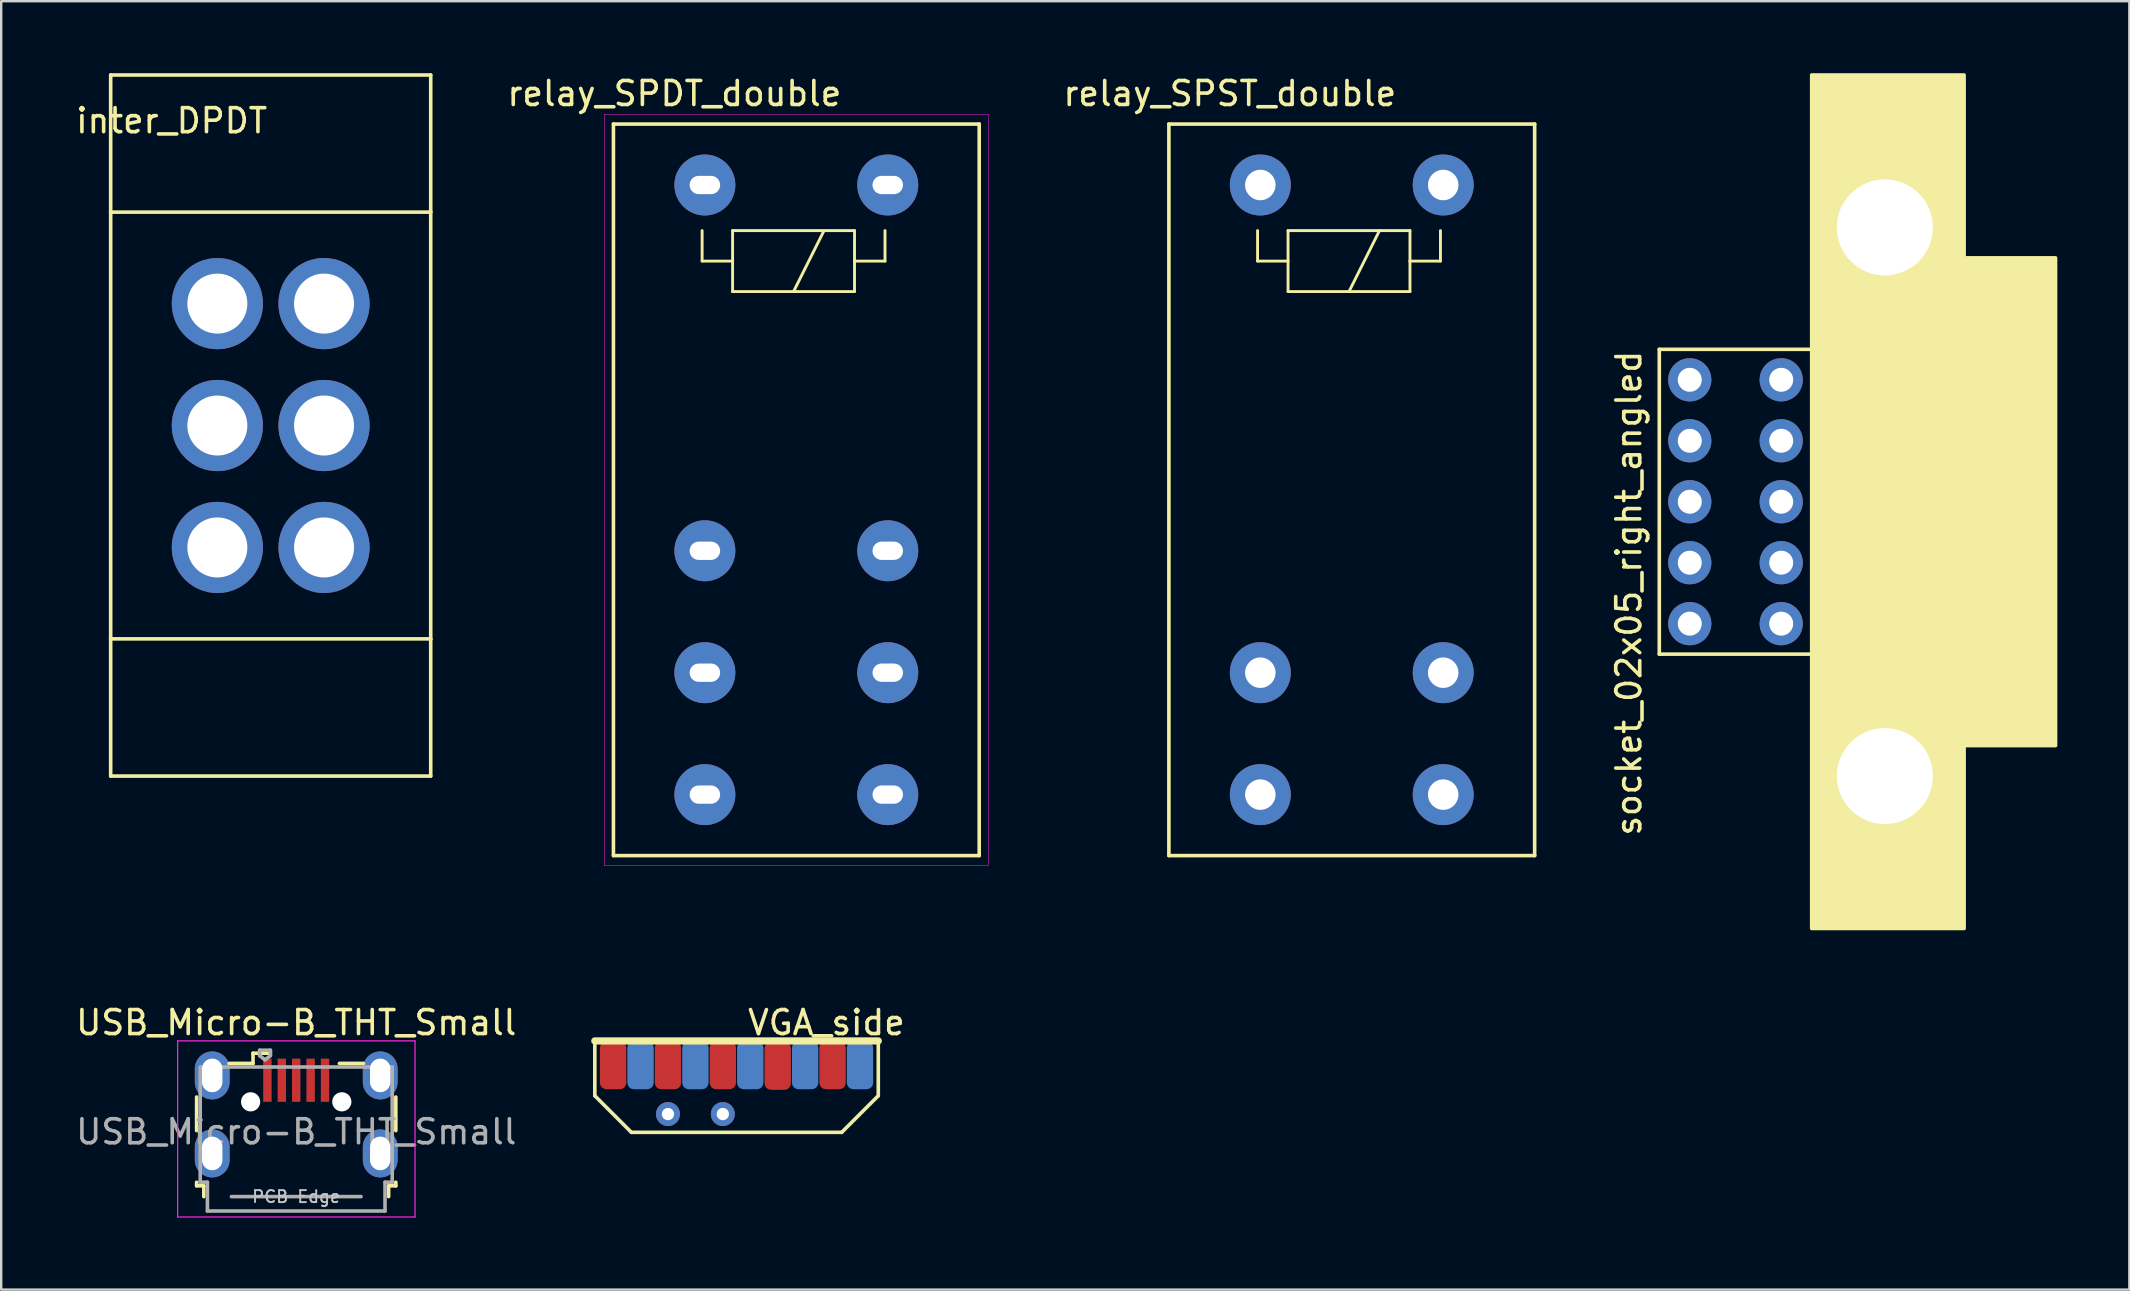
<source format=kicad_pcb>
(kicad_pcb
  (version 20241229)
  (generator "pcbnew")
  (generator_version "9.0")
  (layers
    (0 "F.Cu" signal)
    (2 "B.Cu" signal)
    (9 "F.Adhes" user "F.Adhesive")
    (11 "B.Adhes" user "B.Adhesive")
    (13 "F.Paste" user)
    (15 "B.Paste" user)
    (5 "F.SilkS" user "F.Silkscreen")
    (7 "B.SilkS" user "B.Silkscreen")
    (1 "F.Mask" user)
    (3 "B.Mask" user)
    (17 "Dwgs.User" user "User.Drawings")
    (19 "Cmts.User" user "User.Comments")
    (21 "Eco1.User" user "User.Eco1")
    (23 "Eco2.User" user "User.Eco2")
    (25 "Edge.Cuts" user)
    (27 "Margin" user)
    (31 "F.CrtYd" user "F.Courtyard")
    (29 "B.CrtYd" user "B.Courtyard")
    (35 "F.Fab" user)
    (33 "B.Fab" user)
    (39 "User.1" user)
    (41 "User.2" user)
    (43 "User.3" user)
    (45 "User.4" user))
  (footprint "relay_SPDT_double"
    (layer "F.Cu")
    (at 30.129 14.818)
    (property "Reference" "relay_SPDT_double" (at -5.08 -13.97 0) (layer "F.SilkS") (effects (font (size 1 1) (thickness 0.15))))
    (attr through_hole)
    (fp_line (start -7.62 -12.7) (end -7.62 17.78) (stroke (width 0.15) (type solid)) (layer "F.SilkS"))
    (fp_line (start -7.62 17.78) (end 7.62 17.78) (stroke (width 0.15) (type solid)) (layer "F.SilkS"))
    (fp_line (start -3.925 -6.99) (end -3.925 -8.26) (stroke (width 0.12) (type solid)) (layer "F.SilkS"))
    (fp_line (start -2.655 -8.26) (end 2.425 -8.26) (stroke (width 0.12) (type solid)) (layer "F.SilkS"))
    (fp_line (start -2.655 -6.99) (end -3.925 -6.99) (stroke (width 0.12) (type solid)) (layer "F.SilkS"))
    (fp_line (start -2.655 -5.72) (end -2.655 -8.26) (stroke (width 0.12) (type solid)) (layer "F.SilkS"))
    (fp_line (start 1.155 -8.26) (end -0.115 -5.72) (stroke (width 0.12) (type solid)) (layer "F.SilkS"))
    (fp_line (start 2.425 -8.26) (end 2.425 -6.99) (stroke (width 0.12) (type solid)) (layer "F.SilkS"))
    (fp_line (start 2.425 -6.99) (end 2.425 -5.72) (stroke (width 0.12) (type solid)) (layer "F.SilkS"))
    (fp_line (start 2.425 -5.72) (end -2.655 -5.72) (stroke (width 0.12) (type solid)) (layer "F.SilkS"))
    (fp_line (start 3.695 -8.26) (end 3.695 -6.99) (stroke (width 0.12) (type solid)) (layer "F.SilkS"))
    (fp_line (start 3.695 -6.99) (end 2.425 -6.99) (stroke (width 0.12) (type solid)) (layer "F.SilkS"))
    (fp_line (start 7.62 -12.7) (end -7.62 -12.7) (stroke (width 0.15) (type solid)) (layer "F.SilkS"))
    (fp_line (start 7.62 17.78) (end 7.62 -12.7) (stroke (width 0.15) (type solid)) (layer "F.SilkS"))
    (fp_line (start -8 -13.1) (end 8 -13.1) (stroke (width 0.02) (type default)) (layer "F.CrtYd"))
    (fp_line (start -8 18.2) (end -8 -13.1) (stroke (width 0.02) (type default)) (layer "F.CrtYd"))
    (fp_line (start 8 -13.1) (end 8 18.2) (stroke (width 0.02) (type default)) (layer "F.CrtYd"))
    (fp_line (start 8 18.2) (end -8 18.2) (stroke (width 0.02) (type default)) (layer "F.CrtYd"))
    (pad "A1" thru_hole circle (at -3.81 -10.16) (size 2.54 2.54) (drill oval 1.27 0.762) (layers "*.Cu" "*.Mask"))
    (pad "A2" thru_hole circle (at 3.81 -10.16) (size 2.54 2.54) (drill oval 1.27 0.762) (layers "*.Cu" "*.Mask"))
    (pad "C" thru_hole circle (at -3.81 10.16) (size 2.54 2.54) (drill oval 1.27 0.762) (layers "*.Cu" "*.Mask"))
    (pad "C" thru_hole circle (at 3.81 10.16) (size 2.54 2.54) (drill oval 1.27 0.762) (layers "*.Cu" "*.Mask"))
    (pad "NC" thru_hole circle (at -3.81 5.08) (size 2.54 2.54) (drill oval 1.27 0.762) (layers "*.Cu" "*.Mask"))
    (pad "NC" thru_hole circle (at 3.81 5.08) (size 2.54 2.54) (drill oval 1.27 0.762) (layers "*.Cu" "*.Mask"))
    (pad "NO" thru_hole circle (at -3.81 15.24) (size 2.54 2.54) (drill oval 1.27 0.762) (layers "*.Cu" "*.Mask"))
    (pad "NO" thru_hole circle (at 3.81 15.24) (size 2.54 2.54) (drill oval 1.27 0.762) (layers "*.Cu" "*.Mask")))
  (footprint "USB_Micro-B_THT_Small"
    (layer "F.Cu")
    (at 9.292 43.658)
    (property "Reference" "USB_Micro-B_THT_Small" (at 0 -4.1 0) (layer "F.SilkS") (effects (font (size 1 1) (thickness 0.15))))
    (attr smd)
    (fp_line (start -4.15 -1) (end -4.15 0.4) (stroke (width 0.15) (type solid)) (layer "F.SilkS"))
    (fp_line (start -4.15 2.55) (end -4.15 2.7) (stroke (width 0.15) (type solid)) (layer "F.SilkS"))
    (fp_line (start -4.15 2.7) (end -3.85 2.7) (stroke (width 0.15) (type solid)) (layer "F.SilkS"))
    (fp_line (start -3.85 2.7) (end -3.85 3.15) (stroke (width 0.15) (type solid)) (layer "F.SilkS"))
    (fp_line (start -1.8 -2.825) (end -1.8 -2.4) (stroke (width 0.15) (type solid)) (layer "F.SilkS"))
    (fp_line (start -1.8 -2.4) (end -2.8 -2.4) (stroke (width 0.15) (type solid)) (layer "F.SilkS"))
    (fp_line (start -1.075 -2.825) (end -1.8 -2.825) (stroke (width 0.15) (type solid)) (layer "F.SilkS"))
    (fp_line (start 1.8 -2.4) (end 2.8 -2.4) (stroke (width 0.15) (type solid)) (layer "F.SilkS"))
    (fp_line (start 3.85 2.7) (end 4.15 2.7) (stroke (width 0.15) (type solid)) (layer "F.SilkS"))
    (fp_line (start 3.85 3.15) (end 3.85 2.7) (stroke (width 0.15) (type solid)) (layer "F.SilkS"))
    (fp_line (start 4.15 0.4) (end 4.15 -1) (stroke (width 0.15) (type solid)) (layer "F.SilkS"))
    (fp_line (start 4.15 2.7) (end 4.15 2.55) (stroke (width 0.15) (type solid)) (layer "F.SilkS"))
    (fp_line (start -4.94 -3.34) (end -4.94 4) (stroke (width 0.05) (type solid)) (layer "F.CrtYd"))
    (fp_line (start -4.94 4) (end 4.95 4) (stroke (width 0.05) (type solid)) (layer "F.CrtYd"))
    (fp_line (start 4.95 -3.34) (end -4.94 -3.34) (stroke (width 0.05) (type solid)) (layer "F.CrtYd"))
    (fp_line (start 4.95 4) (end 4.95 -3.34) (stroke (width 0.05) (type solid)) (layer "F.CrtYd"))
    (fp_line (start -4 -2.2) (end -4 2.55) (stroke (width 0.15) (type solid)) (layer "F.Fab"))
    (fp_line (start -4 2.55) (end -3.7 2.55) (stroke (width 0.15) (type solid)) (layer "F.Fab"))
    (fp_line (start -3.7 2.55) (end -3.7 3.75) (stroke (width 0.15) (type solid)) (layer "F.Fab"))
    (fp_line (start -3.7 3.75) (end 3.7 3.75) (stroke (width 0.15) (type solid)) (layer "F.Fab"))
    (fp_line (start -2.7 3.15) (end 2.7 3.15) (stroke (width 0.15) (type solid)) (layer "F.Fab"))
    (fp_line (start -1.525 -2.95) (end -1.075 -2.95) (stroke (width 0.15) (type solid)) (layer "F.Fab"))
    (fp_line (start -1.525 -2.725) (end -1.525 -2.95) (stroke (width 0.15) (type solid)) (layer "F.Fab"))
    (fp_line (start -1.3 -2.55) (end -1.525 -2.725) (stroke (width 0.15) (type solid)) (layer "F.Fab"))
    (fp_line (start -1.075 -2.95) (end -1.075 -2.725) (stroke (width 0.15) (type solid)) (layer "F.Fab"))
    (fp_line (start -1.075 -2.725) (end -1.3 -2.55) (stroke (width 0.15) (type solid)) (layer "F.Fab"))
    (fp_line (start 3.7 2.55) (end 4 2.55) (stroke (width 0.15) (type solid)) (layer "F.Fab"))
    (fp_line (start 3.7 3.75) (end 3.7 2.55) (stroke (width 0.15) (type solid)) (layer "F.Fab"))
    (fp_line (start 4 -2.25) (end -4 -2.25) (stroke (width 0.15) (type solid)) (layer "F.Fab"))
    (fp_line (start 4 2.55) (end 4 -2.25) (stroke (width 0.15) (type solid)) (layer "F.Fab"))
    (fp_text user "PCB Edge" (at 0 3.15 0) (layer "Dwgs.User") (effects (font (size 0.5 0.5) (thickness 0.08))))
    (fp_text user "${REFERENCE}" (at 0 0.45 0) (layer "F.Fab") (effects (font (size 1 1) (thickness 0.15))))
    (pad "" np_thru_hole oval (at -1.9 -0.8) (size 0.8 0.8) (drill 0.8) (layers "*.Cu" "*.Mask"))
    (pad "" np_thru_hole oval (at 1.9 -0.8) (size 0.8 0.8) (drill 0.8) (layers "*.Cu" "*.Mask"))
    (pad "1" smd rect (at -1.2 -1.7) (size 0.35 1.8) (layers "F.Cu" "F.Mask" "F.Paste"))
    (pad "2" smd rect (at -0.6 -1.7) (size 0.35 1.8) (layers "F.Cu" "F.Mask" "F.Paste"))
    (pad "3" smd rect (at 0 -1.7) (size 0.35 1.8) (layers "F.Cu" "F.Mask" "F.Paste"))
    (pad "4" smd rect (at 0.6 -1.7) (size 0.35 1.8) (layers "F.Cu" "F.Mask" "F.Paste"))
    (pad "5" smd rect (at 1.2 -1.7) (size 0.35 1.8) (layers "F.Cu" "F.Mask" "F.Paste"))
    (pad "6" thru_hole oval (at -3.5 -1.9) (size 1.45 2) (drill oval 0.85 1.4) (layers "*.Cu" "*.Mask"))
    (pad "6" thru_hole oval (at -3.5 1.35) (size 1.45 2) (drill oval 0.85 1.4) (layers "*.Cu" "*.Mask"))
    (pad "6" thru_hole oval (at 3.5 -1.9) (size 1.45 2) (drill oval 0.85 1.4) (layers "*.Cu" "*.Mask"))
    (pad "6" thru_hole oval (at 3.5 1.35) (size 1.45 2) (drill oval 0.85 1.4) (layers "*.Cu" "*.Mask")))
  (footprint "VGA_side"
    (layer "F.Cu")
    (at 31.639 41.336)
    (property "Reference" "VGA_side" (at -0.254 -1.778 0) (layer "F.SilkS") (effects (font (size 1 1) (thickness 0.15))))
    (attr through_hole)
    (fp_line (start -9.906 -1.016) (end -9.906 1.27) (stroke (width 0.15) (type solid)) (layer "F.SilkS"))
    (fp_line (start -9.906 -1.016) (end 1.905 -1.016) (stroke (width 0.3) (type solid)) (layer "F.SilkS"))
    (fp_line (start -9.906 1.27) (end -8.382 2.794) (stroke (width 0.15) (type solid)) (layer "F.SilkS"))
    (fp_line (start -8.382 2.794) (end 0.381 2.794) (stroke (width 0.15) (type solid)) (layer "F.SilkS"))
    (fp_line (start 1.905 -1.016) (end 1.905 1.27) (stroke (width 0.15) (type solid)) (layer "F.SilkS"))
    (fp_line (start 1.905 1.27) (end 0.381 2.794) (stroke (width 0.15) (type solid)) (layer "F.SilkS"))
    (pad "B" smd roundrect (at -4.572 0) (size 1.1 2) (layers "F.Cu" "F.Mask" "F.Paste") (roundrect_rratio 0.25))
    (pad "G" smd roundrect (at -2.286 0.025) (size 1.1 2) (layers "F.Cu" "F.Mask" "F.Paste") (roundrect_rratio 0.25))
    (pad "GND" smd roundrect (at -9.144 0) (size 1.1 2) (layers "F.Cu" "F.Mask" "F.Paste") (roundrect_rratio 0.25))
    (pad "GND" smd roundrect (at -8.001 0) (size 1.1 2) (layers "B.Cu" "B.Mask" "B.Paste") (roundrect_rratio 0.25))
    (pad "GND" smd roundrect (at -3.429 0) (size 1.1 2) (layers "B.Cu" "B.Mask" "B.Paste") (roundrect_rratio 0.25))
    (pad "GND" smd roundrect (at -1.143 0) (size 1.1 2) (layers "B.Cu" "B.Mask" "B.Paste") (roundrect_rratio 0.25))
    (pad "GND" smd roundrect (at 1.143 0) (size 1.1 2) (layers "B.Cu" "B.Mask" "B.Paste") (roundrect_rratio 0.25))
    (pad "HS" thru_hole circle (at -4.572 2.032) (size 1 1) (drill 0.512) (layers "*.Cu" "*.Mask"))
    (pad "R" smd roundrect (at 0 0) (size 1.1 2) (layers "F.Cu" "F.Mask" "F.Paste") (roundrect_rratio 0.25))
    (pad "VS" thru_hole circle (at -6.858 2.032) (size 1 1) (drill 0.512) (layers "*.Cu" "*.Mask"))
    (pad "~" smd roundrect (at -6.858 0) (size 1.1 2) (layers "F.Cu" "F.Mask" "F.Paste") (roundrect_rratio 0.25))
    (pad "~" smd roundrect (at -5.715 0) (size 1.1 2) (layers "B.Cu" "B.Mask" "B.Paste") (roundrect_rratio 0.25)))
  (footprint "relay_SPST_double"
    (layer "F.Cu")
    (at 53.272 14.818)
    (property "Reference" "relay_SPST_double" (at -5.08 -13.97 0) (layer "F.SilkS") (effects (font (size 1 1) (thickness 0.15))))
    (attr through_hole)
    (fp_line (start -7.62 -12.7) (end -7.62 17.78) (stroke (width 0.15) (type solid)) (layer "F.SilkS"))
    (fp_line (start -7.62 17.78) (end 7.62 17.78) (stroke (width 0.15) (type solid)) (layer "F.SilkS"))
    (fp_line (start -3.925 -6.99) (end -3.925 -8.26) (stroke (width 0.12) (type solid)) (layer "F.SilkS"))
    (fp_line (start -2.655 -8.26) (end 2.425 -8.26) (stroke (width 0.12) (type solid)) (layer "F.SilkS"))
    (fp_line (start -2.655 -6.99) (end -3.925 -6.99) (stroke (width 0.12) (type solid)) (layer "F.SilkS"))
    (fp_line (start -2.655 -5.72) (end -2.655 -8.26) (stroke (width 0.12) (type solid)) (layer "F.SilkS"))
    (fp_line (start 1.155 -8.26) (end -0.115 -5.72) (stroke (width 0.12) (type solid)) (layer "F.SilkS"))
    (fp_line (start 2.425 -8.26) (end 2.425 -6.99) (stroke (width 0.12) (type solid)) (layer "F.SilkS"))
    (fp_line (start 2.425 -6.99) (end 2.425 -5.72) (stroke (width 0.12) (type solid)) (layer "F.SilkS"))
    (fp_line (start 2.425 -5.72) (end -2.655 -5.72) (stroke (width 0.12) (type solid)) (layer "F.SilkS"))
    (fp_line (start 3.695 -8.26) (end 3.695 -6.99) (stroke (width 0.12) (type solid)) (layer "F.SilkS"))
    (fp_line (start 3.695 -6.99) (end 2.425 -6.99) (stroke (width 0.12) (type solid)) (layer "F.SilkS"))
    (fp_line (start 7.62 -12.7) (end -7.62 -12.7) (stroke (width 0.15) (type solid)) (layer "F.SilkS"))
    (fp_line (start 7.62 17.78) (end 7.62 -12.7) (stroke (width 0.15) (type solid)) (layer "F.SilkS"))
    (pad "A1" thru_hole circle (at -3.81 -10.16) (size 2.54 2.54) (drill 1.27) (layers "*.Cu" "*.Mask"))
    (pad "A2" thru_hole circle (at 3.81 -10.16) (size 2.54 2.54) (drill 1.27) (layers "*.Cu" "*.Mask"))
    (pad "C" thru_hole circle (at -3.81 10.16) (size 2.54 2.54) (drill 1.27) (layers "*.Cu" "*.Mask"))
    (pad "C" thru_hole circle (at 3.81 10.16) (size 2.54 2.54) (drill 1.27) (layers "*.Cu" "*.Mask"))
    (pad "NO" thru_hole circle (at -3.81 15.24) (size 2.54 2.54) (drill 1.27) (layers "*.Cu" "*.Mask"))
    (pad "NO" thru_hole circle (at 3.81 15.24) (size 2.54 2.54) (drill 1.27) (layers "*.Cu" "*.Mask")))
  (footprint "inter_DPDT"
    (layer "F.Cu")
    (at 8.546 5.79)
    (property "Reference" "inter_DPDT" (at -4.445 -3.81 0) (layer "F.SilkS") (effects (font (size 1 1) (thickness 0.15))))
    (attr through_hole)
    (fp_line (start -6.985 -5.715) (end 6.35 -5.715) (stroke (width 0.15) (type solid)) (layer "F.SilkS"))
    (fp_line (start -6.985 0) (end -6.985 -5.715) (stroke (width 0.15) (type solid)) (layer "F.SilkS"))
    (fp_line (start -6.985 0) (end 6.35 0) (stroke (width 0.15) (type solid)) (layer "F.SilkS"))
    (fp_line (start -6.985 17.78) (end -6.985 0) (stroke (width 0.15) (type solid)) (layer "F.SilkS"))
    (fp_line (start -6.985 23.495) (end -6.985 17.78) (stroke (width 0.15) (type solid)) (layer "F.SilkS"))
    (fp_line (start -6.985 23.495) (end 6.35 23.495) (stroke (width 0.15) (type solid)) (layer "F.SilkS"))
    (fp_line (start 6.35 -5.715) (end 6.35 0) (stroke (width 0.15) (type solid)) (layer "F.SilkS"))
    (fp_line (start 6.35 0) (end 6.35 17.78) (stroke (width 0.15) (type solid)) (layer "F.SilkS"))
    (fp_line (start 6.35 17.78) (end -6.985 17.78) (stroke (width 0.15) (type solid)) (layer "F.SilkS"))
    (fp_line (start 6.35 17.78) (end 6.35 23.495) (stroke (width 0.15) (type solid)) (layer "F.SilkS"))
    (pad "1" thru_hole circle (at -2.54 3.81 90) (size 3.8 3.8) (drill 2.5) (layers "*.Cu" "*.Mask"))
    (pad "2" thru_hole circle (at -2.54 8.89 90) (size 3.8 3.8) (drill 2.5) (layers "*.Cu" "*.Mask"))
    (pad "3" thru_hole circle (at -2.54 13.97 90) (size 3.8 3.8) (drill 2.5) (layers "*.Cu" "*.Mask"))
    (pad "4" thru_hole circle (at 1.905 13.97 90) (size 3.8 3.8) (drill 2.5) (layers "*.Cu" "*.Mask"))
    (pad "5" thru_hole circle (at 1.905 8.89 90) (size 3.8 3.8) (drill 2.5) (layers "*.Cu" "*.Mask"))
    (pad "6" thru_hole circle (at 1.905 3.81 90) (size 3.8 3.8) (drill 2.5) (layers "*.Cu" "*.Mask")))
  (footprint "socket_02x05_right_angled"
    (layer "F.Cu")
    (at 72.435 17.855)
    (property "Reference" "socket_02x05_right_angled" (at -7.62 3.81 90) (layer "F.SilkS") (effects (font (size 1 1) (thickness 0.15))))
    (attr through_hole)
    (fp_line (start -6.35 -6.35) (end -6.35 6.35) (stroke (width 0.15) (type solid)) (layer "F.SilkS"))
    (fp_line (start -6.35 6.35) (end 0 6.35) (stroke (width 0.15) (type solid)) (layer "F.SilkS"))
    (fp_line (start 0 -6.35) (end -6.35 -6.35) (stroke (width 0.15) (type solid)) (layer "F.SilkS"))
    (fp_poly (pts (xy 0 -6.35) (xy 0 6.35) (xy 0 17.78) (xy 6.35 17.78) (xy 6.35 10.16) (xy 10.16 10.16) (xy 10.16 -10.16) (xy 6.35 -10.16) (xy 6.35 -17.78) (xy 0 -17.78) (xy 0 -6.35)) (stroke (width 0.15) (type solid)) (fill yes) (layer "F.SilkS"))
    (pad "" np_thru_hole circle (at 3.048 -11.43) (size 4 4) (drill 4) (layers "*.Cu" "*.Mask"))
    (pad "" np_thru_hole circle (at 3.048 11.43) (size 4 4) (drill 4) (layers "*.Cu" "*.Mask"))
    (pad "1a" thru_hole circle (at -1.27 -5.08) (size 1.8 1.8) (drill 1) (layers "*.Cu" "*.Mask"))
    (pad "1b" thru_hole circle (at -5.08 -5.08) (size 1.8 1.8) (drill 1) (layers "*.Cu" "*.Mask"))
    (pad "2a" thru_hole circle (at -1.27 -2.54) (size 1.8 1.8) (drill 1) (layers "*.Cu" "*.Mask"))
    (pad "2b" thru_hole circle (at -5.08 -2.54) (size 1.8 1.8) (drill 1) (layers "*.Cu" "*.Mask"))
    (pad "3a" thru_hole circle (at -1.27 0) (size 1.8 1.8) (drill 1) (layers "*.Cu" "*.Mask"))
    (pad "3b" thru_hole circle (at -5.08 0) (size 1.8 1.8) (drill 1) (layers "*.Cu" "*.Mask"))
    (pad "4a" thru_hole circle (at -1.27 2.54) (size 1.8 1.8) (drill 1) (layers "*.Cu" "*.Mask"))
    (pad "4b" thru_hole circle (at -5.08 2.54) (size 1.8 1.8) (drill 1) (layers "*.Cu" "*.Mask"))
    (pad "5a" thru_hole circle (at -1.27 5.08) (size 1.8 1.8) (drill 1) (layers "*.Cu" "*.Mask"))
    (pad "5b" thru_hole circle (at -5.08 5.08) (size 1.8 1.8) (drill 1) (layers "*.Cu" "*.Mask")))
  (gr_rect
    (start -3 -3)
    (end 85.67 50.683)
    (stroke (width 0.1) (type default))
    (fill no)
    (layer "Edge.Cuts")))
</source>
